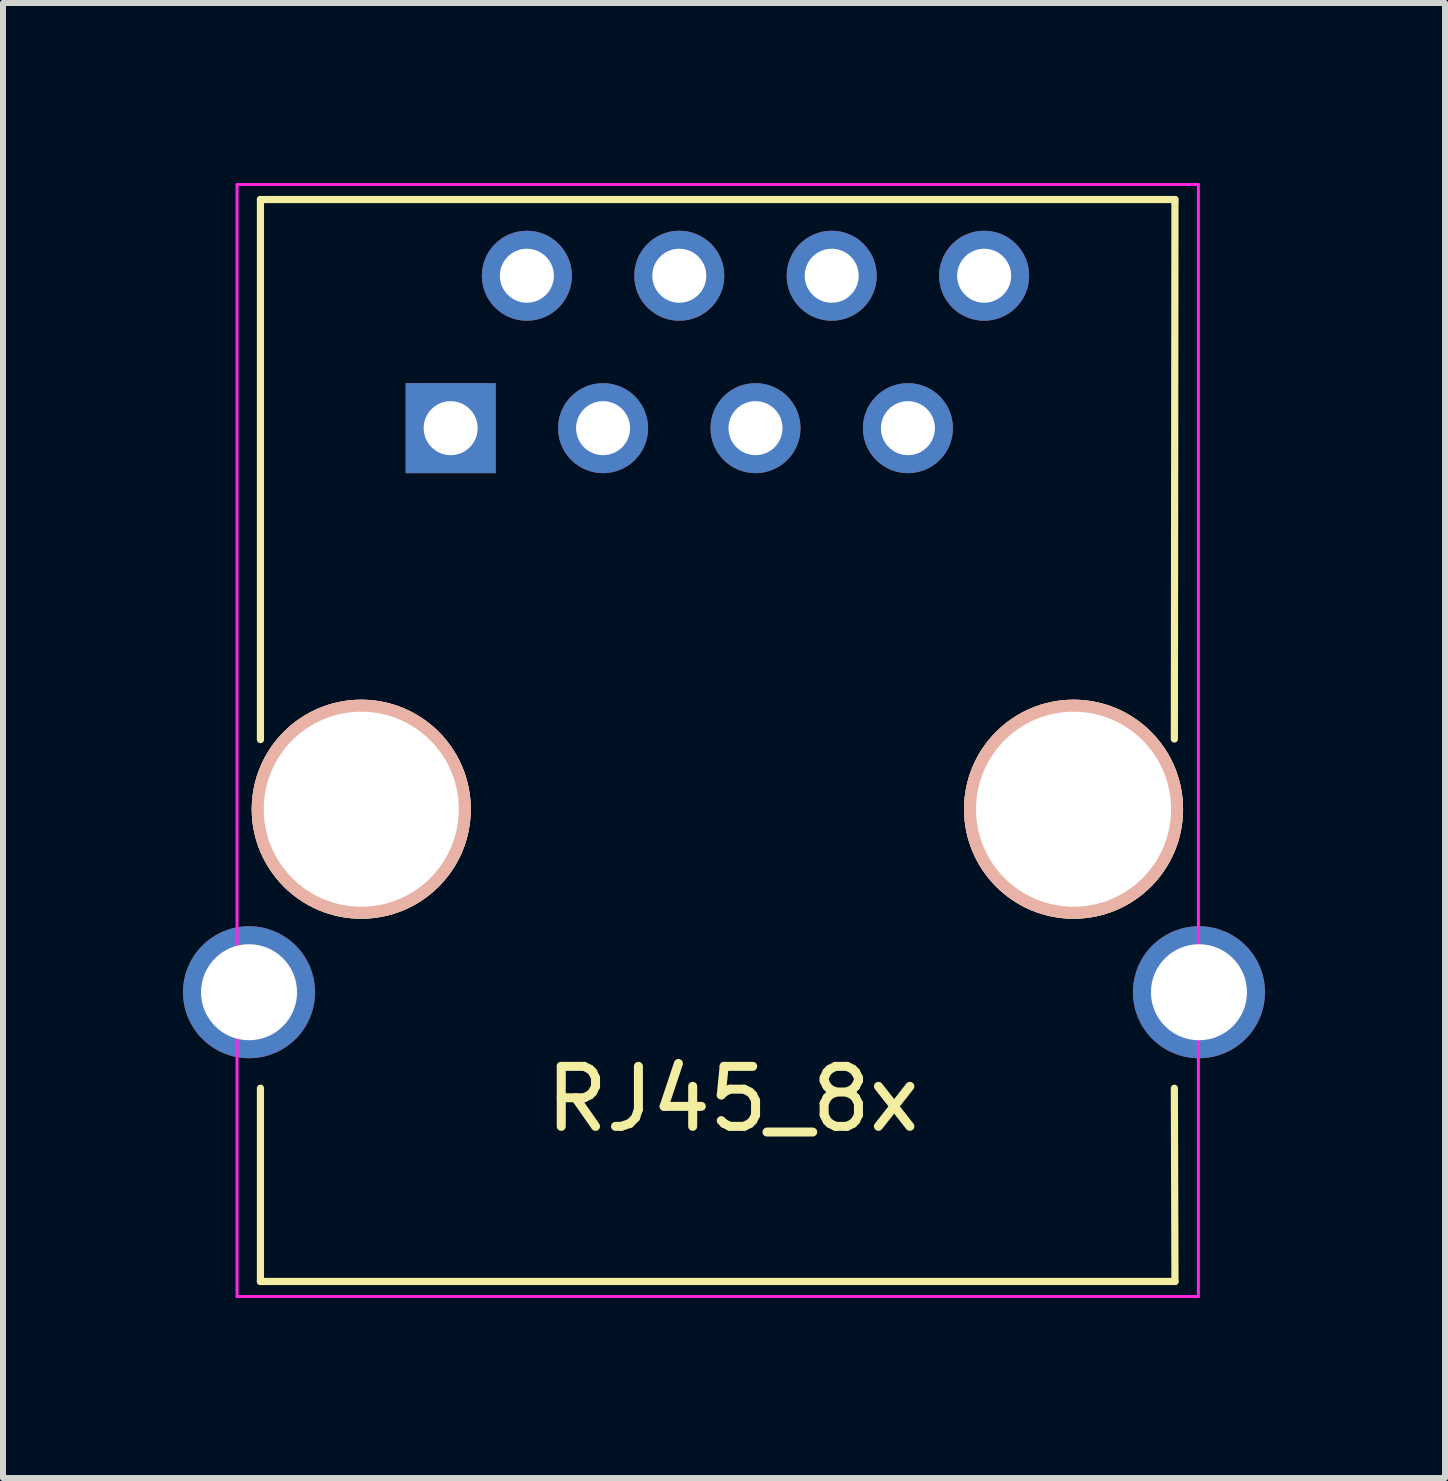
<source format=kicad_pcb>
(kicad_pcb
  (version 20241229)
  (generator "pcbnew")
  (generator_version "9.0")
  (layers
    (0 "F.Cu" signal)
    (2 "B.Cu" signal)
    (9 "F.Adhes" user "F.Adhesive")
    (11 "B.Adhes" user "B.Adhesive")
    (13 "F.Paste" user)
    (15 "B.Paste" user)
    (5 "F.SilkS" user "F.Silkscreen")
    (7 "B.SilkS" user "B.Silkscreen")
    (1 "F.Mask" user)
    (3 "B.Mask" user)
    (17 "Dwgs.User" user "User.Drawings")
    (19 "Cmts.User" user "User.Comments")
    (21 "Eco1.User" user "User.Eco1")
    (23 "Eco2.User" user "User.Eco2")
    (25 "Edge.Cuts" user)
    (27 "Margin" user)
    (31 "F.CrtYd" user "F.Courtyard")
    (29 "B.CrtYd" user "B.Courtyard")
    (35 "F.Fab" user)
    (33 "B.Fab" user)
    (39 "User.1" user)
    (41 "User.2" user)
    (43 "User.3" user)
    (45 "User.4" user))
  (footprint "RJ45_8x"
    (layer "F.Cu")
    (at 4.46 4.085)
    (property "Reference" "RJ45_8x" (at 4.7 11.18 0) (layer "F.SilkS") (effects (font (size 1 1) (thickness 0.15))))
    (attr through_hole)
    (fp_line (start -3.17 -3.81) (end -3.17 5.19) (stroke (width 0.12) (type solid)) (layer "F.SilkS"))
    (fp_line (start -3.17 11) (end -3.17 14.22) (stroke (width 0.12) (type solid)) (layer "F.SilkS"))
    (fp_line (start -3.17 14.22) (end 12.07 14.22) (stroke (width 0.12) (type solid)) (layer "F.SilkS"))
    (fp_line (start 12.06 11) (end 12.07 14.22) (stroke (width 0.12) (type solid)) (layer "F.SilkS"))
    (fp_line (start 12.07 -3.81) (end -3.17 -3.81) (stroke (width 0.12) (type solid)) (layer "F.SilkS"))
    (fp_line (start 12.07 -3.81) (end 12.06 5.18) (stroke (width 0.12) (type solid)) (layer "F.SilkS"))
    (fp_line (start -3.56 -4.06) (end -3.56 14.47) (stroke (width 0.05) (type solid)) (layer "F.CrtYd"))
    (fp_line (start -3.56 -4.06) (end 12.46 -4.06) (stroke (width 0.05) (type solid)) (layer "F.CrtYd"))
    (fp_line (start 12.46 14.47) (end -3.56 14.47) (stroke (width 0.05) (type solid)) (layer "F.CrtYd"))
    (fp_line (start 12.46 14.47) (end 12.46 -4.06) (stroke (width 0.05) (type solid)) (layer "F.CrtYd"))
    (pad "" np_thru_hole circle (at -1.49 6.35) (size 3.65 3.65) (drill 3.25) (layers "*.Cu" "*.SilkS" "*.Mask"))
    (pad "" np_thru_hole circle (at 10.38 6.35) (size 3.65 3.65) (drill 3.25) (layers "*.Cu" "*.SilkS" "*.Mask"))
    (pad "1" thru_hole rect (at 0 0) (size 1.5 1.5) (drill 0.9) (layers "*.Cu" "*.Mask"))
    (pad "2" thru_hole circle (at 1.27 -2.54) (size 1.5 1.5) (drill 0.9) (layers "*.Cu" "*.Mask"))
    (pad "3" thru_hole circle (at 2.54 0) (size 1.5 1.5) (drill 0.9) (layers "*.Cu" "*.Mask"))
    (pad "4" thru_hole circle (at 3.81 -2.54) (size 1.5 1.5) (drill 0.9) (layers "*.Cu" "*.Mask"))
    (pad "5" thru_hole circle (at 5.08 0) (size 1.5 1.5) (drill 0.9) (layers "*.Cu" "*.Mask"))
    (pad "6" thru_hole circle (at 6.35 -2.54) (size 1.5 1.5) (drill 0.9) (layers "*.Cu" "*.Mask"))
    (pad "7" thru_hole circle (at 7.62 0) (size 1.5 1.5) (drill 0.9) (layers "*.Cu" "*.Mask"))
    (pad "8" thru_hole circle (at 8.89 -2.54) (size 1.5 1.5) (drill 0.9) (layers "*.Cu" "*.Mask"))
    (pad "9" thru_hole circle (at -3.36 9.4) (size 2.2 2.2) (drill 1.6) (layers "*.Cu" "*.Mask"))
    (pad "9" thru_hole circle (at 12.47 9.4) (size 2.2 2.2) (drill 1.6) (layers "*.Cu" "*.Mask")))
  (gr_rect
    (start -3 -3)
    (end 21.03 21.58)
    (stroke (width 0.1) (type default))
    (fill no)
    (layer "Edge.Cuts")))
</source>
